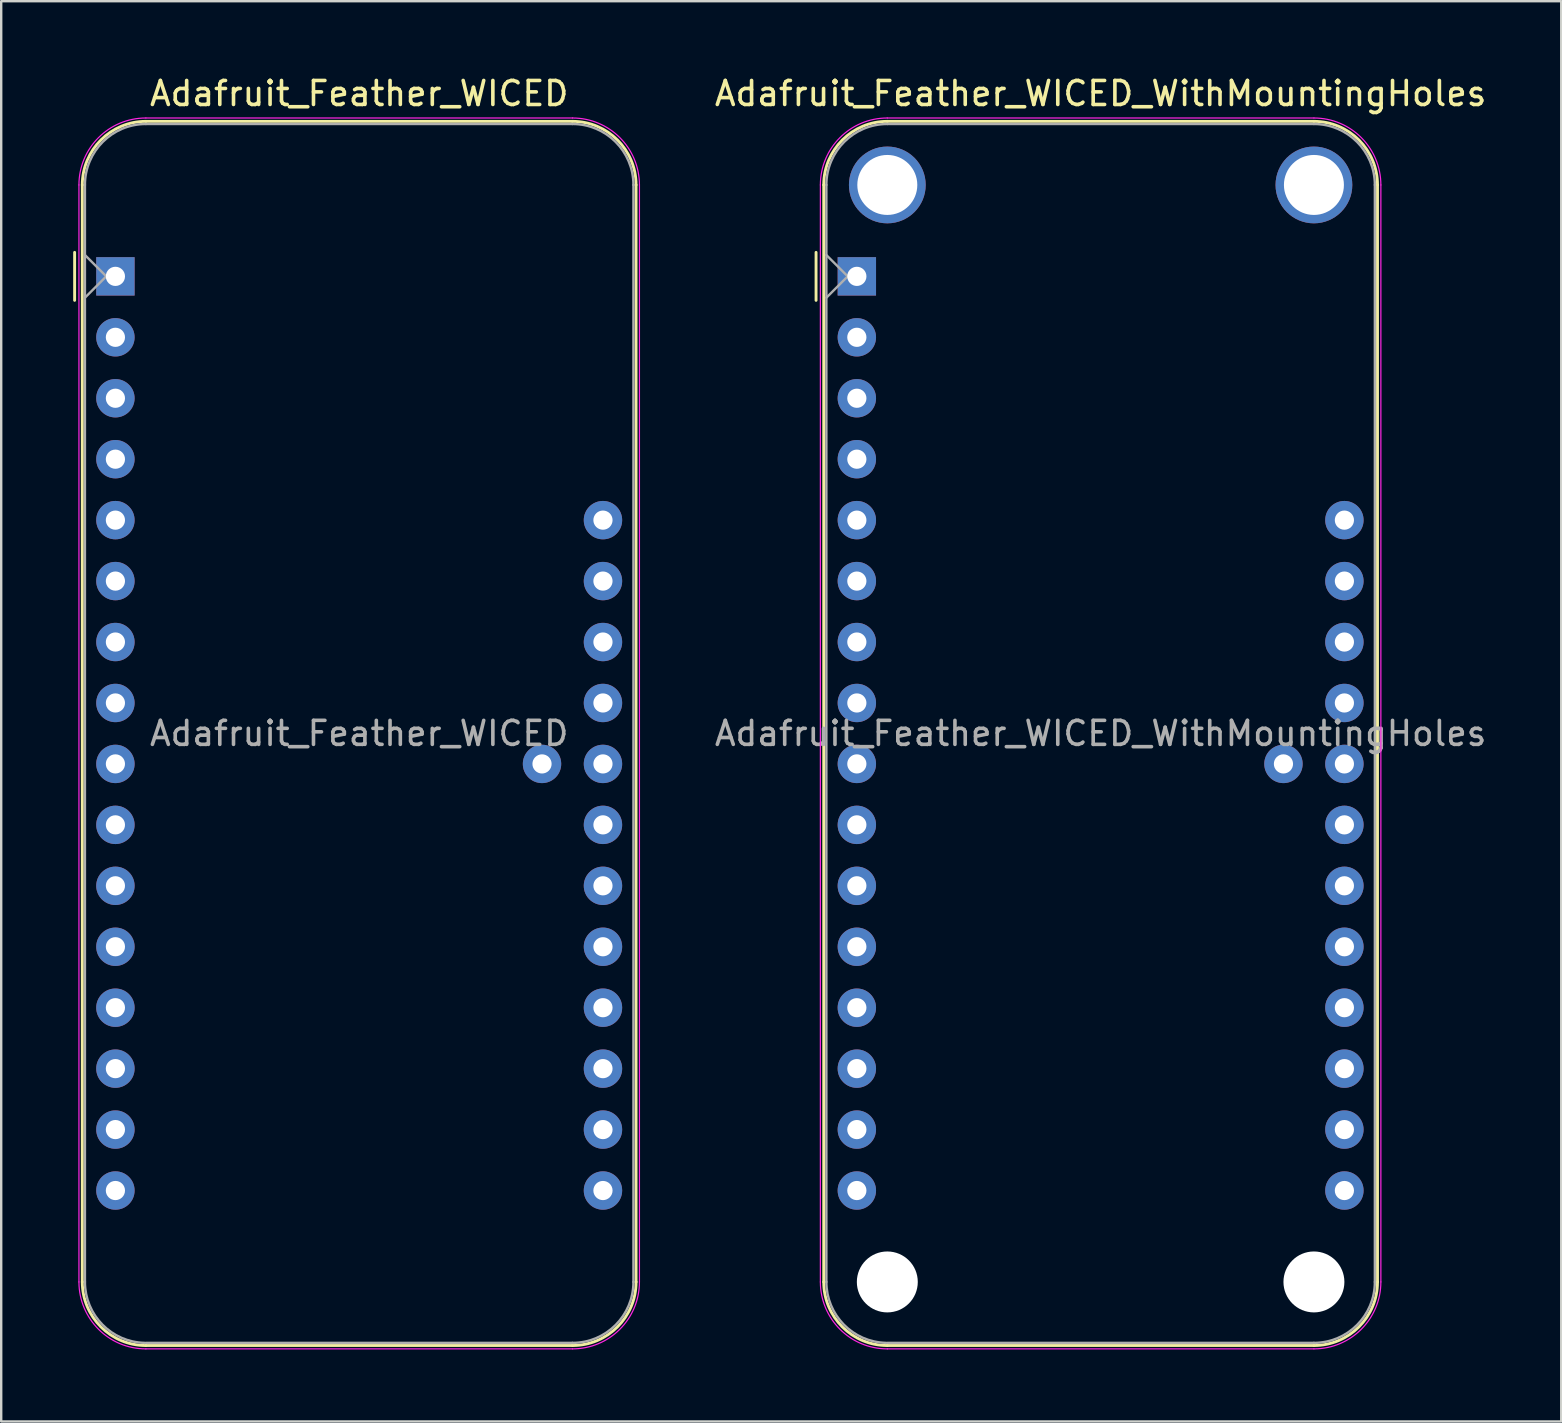
<source format=kicad_pcb>
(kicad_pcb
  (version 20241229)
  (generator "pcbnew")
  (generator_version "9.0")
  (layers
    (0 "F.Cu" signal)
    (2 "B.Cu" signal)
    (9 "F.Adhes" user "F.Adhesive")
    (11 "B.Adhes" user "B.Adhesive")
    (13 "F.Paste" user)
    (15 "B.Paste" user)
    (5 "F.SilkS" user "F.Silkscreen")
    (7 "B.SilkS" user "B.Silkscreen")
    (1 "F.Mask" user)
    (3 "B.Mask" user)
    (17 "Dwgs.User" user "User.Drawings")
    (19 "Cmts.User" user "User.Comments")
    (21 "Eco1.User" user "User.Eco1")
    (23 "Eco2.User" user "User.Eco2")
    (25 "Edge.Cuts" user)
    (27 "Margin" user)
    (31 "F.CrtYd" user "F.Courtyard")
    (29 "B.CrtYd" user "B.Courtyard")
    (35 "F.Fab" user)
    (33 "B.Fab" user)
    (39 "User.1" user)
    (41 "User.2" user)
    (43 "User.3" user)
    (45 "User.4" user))
  (footprint "Adafruit_Feather_WICED"
    (layer "F.Cu")
    (at 1.76 8.468)
    (property "Reference" "Adafruit_Feather_WICED" (at 10.16 -7.62 0) (layer "F.SilkS") (effects (font (size 1 1) (thickness 0.15))))
    (attr through_hole)
    (fp_line (start -1.7 1) (end -1.7 -1) (stroke (width 0.12) (type solid)) (layer "F.SilkS"))
    (fp_line (start -1.38 -3.81) (end -1.38 41.91) (stroke (width 0.12) (type solid)) (layer "F.SilkS"))
    (fp_line (start 19.05 -6.46) (end 1.27 -6.46) (stroke (width 0.12) (type solid)) (layer "F.SilkS"))
    (fp_line (start 19.05 44.56) (end 1.27 44.56) (stroke (width 0.12) (type solid)) (layer "F.SilkS"))
    (fp_line (start 21.7 -3.81) (end 21.7 41.91) (stroke (width 0.12) (type solid)) (layer "F.SilkS"))
    (fp_arc (start -1.38 -3.81) (mid -0.603833 -5.683833) (end 1.27 -6.46) (stroke (width 0.12) (type solid)) (layer "F.SilkS"))
    (fp_arc (start 1.27 44.56) (mid -0.603833 43.783833) (end -1.38 41.91) (stroke (width 0.12) (type solid)) (layer "F.SilkS"))
    (fp_arc (start 19.05 -6.46) (mid 20.923833 -5.683833) (end 21.7 -3.81) (stroke (width 0.12) (type solid)) (layer "F.SilkS"))
    (fp_arc (start 21.7 41.91) (mid 20.923833 43.783833) (end 19.05 44.56) (stroke (width 0.12) (type solid)) (layer "F.SilkS"))
    (fp_line (start -1.52 41.91) (end -1.52 -3.81) (stroke (width 0.05) (type solid)) (layer "F.CrtYd"))
    (fp_line (start 19.05 -6.6) (end 1.27 -6.6) (stroke (width 0.05) (type solid)) (layer "F.CrtYd"))
    (fp_line (start 19.05 44.7) (end 1.27 44.7) (stroke (width 0.05) (type solid)) (layer "F.CrtYd"))
    (fp_line (start 21.84 41.91) (end 21.84 -3.81) (stroke (width 0.05) (type solid)) (layer "F.CrtYd"))
    (fp_arc (start -1.52 -3.81) (mid -0.702828 -5.782828) (end 1.27 -6.6) (stroke (width 0.05) (type solid)) (layer "F.CrtYd"))
    (fp_arc (start 1.27 44.7) (mid -0.702828 43.882828) (end -1.52 41.91) (stroke (width 0.05) (type solid)) (layer "F.CrtYd"))
    (fp_arc (start 19.05 -6.6) (mid 21.022828 -5.782828) (end 21.84 -3.81) (stroke (width 0.05) (type solid)) (layer "F.CrtYd"))
    (fp_arc (start 21.84 41.91) (mid 21.022828 43.882828) (end 19.05 44.7) (stroke (width 0.05) (type solid)) (layer "F.CrtYd"))
    (fp_line (start -1.27 -3.81) (end -1.27 41.91) (stroke (width 0.1) (type solid)) (layer "F.Fab"))
    (fp_line (start -1.27 -0.889) (end -0.381 0) (stroke (width 0.1) (type solid)) (layer "F.Fab"))
    (fp_line (start -0.381 0) (end -1.27 0.889) (stroke (width 0.1) (type solid)) (layer "F.Fab"))
    (fp_line (start 1.27 44.45) (end 19.05 44.45) (stroke (width 0.1) (type solid)) (layer "F.Fab"))
    (fp_line (start 19.05 -6.35) (end 1.27 -6.35) (stroke (width 0.1) (type solid)) (layer "F.Fab"))
    (fp_line (start 21.59 41.91) (end 21.59 -3.81) (stroke (width 0.1) (type solid)) (layer "F.Fab"))
    (fp_arc (start -1.27 -3.81) (mid -0.526051 -5.606051) (end 1.27 -6.35) (stroke (width 0.1) (type solid)) (layer "F.Fab"))
    (fp_arc (start 1.221238 44.449532) (mid -0.543209 43.688728) (end -1.27 41.91) (stroke (width 0.1) (type solid)) (layer "F.Fab"))
    (fp_arc (start 19.05 -6.35) (mid 20.846051 -5.606051) (end 21.59 -3.81) (stroke (width 0.1) (type solid)) (layer "F.Fab"))
    (fp_arc (start 21.59 41.91) (mid 20.846051 43.706051) (end 19.05 44.45) (stroke (width 0.1) (type solid)) (layer "F.Fab"))
    (fp_text user "${REFERENCE}" (at 10.16 19.05 180) (layer "F.Fab") (effects (font (size 1 1) (thickness 0.15))))
    (pad "1" thru_hole rect (at 0 0 180) (size 1.6 1.6) (drill 0.8) (layers "*.Cu" "*.Mask"))
    (pad "2" thru_hole circle (at 0 2.54 180) (size 1.6 1.6) (drill 0.8) (layers "*.Cu" "*.Mask"))
    (pad "3" thru_hole circle (at 0 5.08 180) (size 1.6 1.6) (drill 0.8) (layers "*.Cu" "*.Mask"))
    (pad "4" thru_hole circle (at 0 7.62 180) (size 1.6 1.6) (drill 0.8) (layers "*.Cu" "*.Mask"))
    (pad "5" thru_hole circle (at 0 10.16 180) (size 1.6 1.6) (drill 0.8) (layers "*.Cu" "*.Mask"))
    (pad "6" thru_hole circle (at 0 12.7 180) (size 1.6 1.6) (drill 0.8) (layers "*.Cu" "*.Mask"))
    (pad "7" thru_hole circle (at 0 15.24 180) (size 1.6 1.6) (drill 0.8) (layers "*.Cu" "*.Mask"))
    (pad "8" thru_hole circle (at 0 17.78 180) (size 1.6 1.6) (drill 0.8) (layers "*.Cu" "*.Mask"))
    (pad "9" thru_hole circle (at 0 20.32 180) (size 1.6 1.6) (drill 0.8) (layers "*.Cu" "*.Mask"))
    (pad "10" thru_hole circle (at 0 22.86 180) (size 1.6 1.6) (drill 0.8) (layers "*.Cu" "*.Mask"))
    (pad "11" thru_hole circle (at 0 25.4 180) (size 1.6 1.6) (drill 0.8) (layers "*.Cu" "*.Mask"))
    (pad "12" thru_hole circle (at 0 27.94 180) (size 1.6 1.6) (drill 0.8) (layers "*.Cu" "*.Mask"))
    (pad "13" thru_hole circle (at 0 30.48 180) (size 1.6 1.6) (drill 0.8) (layers "*.Cu" "*.Mask"))
    (pad "14" thru_hole circle (at 0 33.02 180) (size 1.6 1.6) (drill 0.8) (layers "*.Cu" "*.Mask"))
    (pad "15" thru_hole circle (at 0 35.56 180) (size 1.6 1.6) (drill 0.8) (layers "*.Cu" "*.Mask"))
    (pad "16" thru_hole circle (at 0 38.1 180) (size 1.6 1.6) (drill 0.8) (layers "*.Cu" "*.Mask"))
    (pad "17" thru_hole circle (at 20.32 38.1 180) (size 1.6 1.6) (drill 0.8) (layers "*.Cu" "*.Mask"))
    (pad "18" thru_hole circle (at 20.32 35.56 180) (size 1.6 1.6) (drill 0.8) (layers "*.Cu" "*.Mask"))
    (pad "19" thru_hole circle (at 20.32 33.02 180) (size 1.6 1.6) (drill 0.8) (layers "*.Cu" "*.Mask"))
    (pad "20" thru_hole circle (at 20.32 30.48 180) (size 1.6 1.6) (drill 0.8) (layers "*.Cu" "*.Mask"))
    (pad "21" thru_hole circle (at 20.32 27.94 180) (size 1.6 1.6) (drill 0.8) (layers "*.Cu" "*.Mask"))
    (pad "22" thru_hole circle (at 20.32 25.4 180) (size 1.6 1.6) (drill 0.8) (layers "*.Cu" "*.Mask"))
    (pad "23" thru_hole circle (at 20.32 22.86 180) (size 1.6 1.6) (drill 0.8) (layers "*.Cu" "*.Mask"))
    (pad "24" thru_hole circle (at 20.32 20.32 180) (size 1.6 1.6) (drill 0.8) (layers "*.Cu" "*.Mask"))
    (pad "25" thru_hole circle (at 20.32 17.78 180) (size 1.6 1.6) (drill 0.8) (layers "*.Cu" "*.Mask"))
    (pad "26" thru_hole circle (at 20.32 15.24 180) (size 1.6 1.6) (drill 0.8) (layers "*.Cu" "*.Mask"))
    (pad "27" thru_hole circle (at 20.32 12.7 180) (size 1.6 1.6) (drill 0.8) (layers "*.Cu" "*.Mask"))
    (pad "28" thru_hole circle (at 20.32 10.16 180) (size 1.6 1.6) (drill 0.8) (layers "*.Cu" "*.Mask"))
    (pad "29" thru_hole circle (at 17.78 20.32 180) (size 1.6 1.6) (drill 0.8) (layers "*.Cu" "*.Mask")))
  (footprint "Adafruit_Feather_WICED_WithMountingHoles"
    (layer "F.Cu")
    (at 32.661 8.468)
    (property "Reference" "Adafruit_Feather_WICED_WithMountingHoles" (at 10.16 -7.62 0) (layer "F.SilkS") (effects (font (size 1 1) (thickness 0.15))))
    (attr through_hole)
    (fp_line (start -1.7 1) (end -1.7 -1) (stroke (width 0.12) (type solid)) (layer "F.SilkS"))
    (fp_line (start -1.38 -3.81) (end -1.38 41.91) (stroke (width 0.12) (type solid)) (layer "F.SilkS"))
    (fp_line (start 19.05 -6.46) (end 1.27 -6.46) (stroke (width 0.12) (type solid)) (layer "F.SilkS"))
    (fp_line (start 19.05 44.56) (end 1.27 44.56) (stroke (width 0.12) (type solid)) (layer "F.SilkS"))
    (fp_line (start 21.7 -3.81) (end 21.7 41.91) (stroke (width 0.12) (type solid)) (layer "F.SilkS"))
    (fp_arc (start -1.38 -3.81) (mid -0.603833 -5.683833) (end 1.27 -6.46) (stroke (width 0.12) (type solid)) (layer "F.SilkS"))
    (fp_arc (start 1.27 44.56) (mid -0.603833 43.783833) (end -1.38 41.91) (stroke (width 0.12) (type solid)) (layer "F.SilkS"))
    (fp_arc (start 19.05 -6.46) (mid 20.923833 -5.683833) (end 21.7 -3.81) (stroke (width 0.12) (type solid)) (layer "F.SilkS"))
    (fp_arc (start 21.7 41.91) (mid 20.923833 43.783833) (end 19.05 44.56) (stroke (width 0.12) (type solid)) (layer "F.SilkS"))
    (fp_line (start -1.52 41.91) (end -1.52 -3.81) (stroke (width 0.05) (type solid)) (layer "F.CrtYd"))
    (fp_line (start 19.05 -6.6) (end 1.27 -6.6) (stroke (width 0.05) (type solid)) (layer "F.CrtYd"))
    (fp_line (start 19.05 44.7) (end 1.27 44.7) (stroke (width 0.05) (type solid)) (layer "F.CrtYd"))
    (fp_line (start 21.84 41.91) (end 21.84 -3.81) (stroke (width 0.05) (type solid)) (layer "F.CrtYd"))
    (fp_arc (start -1.52 -3.81) (mid -0.702828 -5.782828) (end 1.27 -6.6) (stroke (width 0.05) (type solid)) (layer "F.CrtYd"))
    (fp_arc (start 1.27 44.7) (mid -0.702828 43.882828) (end -1.52 41.91) (stroke (width 0.05) (type solid)) (layer "F.CrtYd"))
    (fp_arc (start 19.05 -6.6) (mid 21.022828 -5.782828) (end 21.84 -3.81) (stroke (width 0.05) (type solid)) (layer "F.CrtYd"))
    (fp_arc (start 21.84 41.91) (mid 21.022828 43.882828) (end 19.05 44.7) (stroke (width 0.05) (type solid)) (layer "F.CrtYd"))
    (fp_line (start -1.27 -3.81) (end -1.27 41.91) (stroke (width 0.1) (type solid)) (layer "F.Fab"))
    (fp_line (start -1.27 -0.889) (end -0.381 0) (stroke (width 0.1) (type solid)) (layer "F.Fab"))
    (fp_line (start -0.381 0) (end -1.27 0.889) (stroke (width 0.1) (type solid)) (layer "F.Fab"))
    (fp_line (start 1.27 44.45) (end 19.05 44.45) (stroke (width 0.1) (type solid)) (layer "F.Fab"))
    (fp_line (start 19.05 -6.35) (end 1.27 -6.35) (stroke (width 0.1) (type solid)) (layer "F.Fab"))
    (fp_line (start 21.59 41.91) (end 21.59 -3.81) (stroke (width 0.1) (type solid)) (layer "F.Fab"))
    (fp_arc (start -1.27 -3.81) (mid -0.526051 -5.606051) (end 1.27 -6.35) (stroke (width 0.1) (type solid)) (layer "F.Fab"))
    (fp_arc (start 1.221238 44.449532) (mid -0.543209 43.688728) (end -1.27 41.91) (stroke (width 0.1) (type solid)) (layer "F.Fab"))
    (fp_arc (start 19.05 -6.35) (mid 20.846051 -5.606051) (end 21.59 -3.81) (stroke (width 0.1) (type solid)) (layer "F.Fab"))
    (fp_arc (start 21.59 41.91) (mid 20.846051 43.706051) (end 19.05 44.45) (stroke (width 0.1) (type solid)) (layer "F.Fab"))
    (fp_text user "${REFERENCE}" (at 10.16 19.05 180) (layer "F.Fab") (effects (font (size 1 1) (thickness 0.15))))
    (pad "" np_thru_hole circle (at 1.27 -3.81 270) (size 3.2 3.2) (drill 2.5) (layers "*.Cu" "*.Mask"))
    (pad "" np_thru_hole circle (at 1.27 41.91 270) (size 2.54 2.54) (drill 2.54) (layers "*.Cu" "*.Mask"))
    (pad "" np_thru_hole circle (at 19.05 -3.81 270) (size 3.2 3.2) (drill 2.5) (layers "*.Cu" "*.Mask"))
    (pad "" np_thru_hole circle (at 19.05 41.91 270) (size 2.54 2.54) (drill 2.54) (layers "*.Cu" "*.Mask"))
    (pad "1" thru_hole rect (at 0 0 180) (size 1.6 1.6) (drill 0.8) (layers "*.Cu" "*.Mask"))
    (pad "2" thru_hole circle (at 0 2.54 180) (size 1.6 1.6) (drill 0.8) (layers "*.Cu" "*.Mask"))
    (pad "3" thru_hole circle (at 0 5.08 180) (size 1.6 1.6) (drill 0.8) (layers "*.Cu" "*.Mask"))
    (pad "4" thru_hole circle (at 0 7.62 180) (size 1.6 1.6) (drill 0.8) (layers "*.Cu" "*.Mask"))
    (pad "5" thru_hole circle (at 0 10.16 180) (size 1.6 1.6) (drill 0.8) (layers "*.Cu" "*.Mask"))
    (pad "6" thru_hole circle (at 0 12.7 180) (size 1.6 1.6) (drill 0.8) (layers "*.Cu" "*.Mask"))
    (pad "7" thru_hole circle (at 0 15.24 180) (size 1.6 1.6) (drill 0.8) (layers "*.Cu" "*.Mask"))
    (pad "8" thru_hole circle (at 0 17.78 180) (size 1.6 1.6) (drill 0.8) (layers "*.Cu" "*.Mask"))
    (pad "9" thru_hole circle (at 0 20.32 180) (size 1.6 1.6) (drill 0.8) (layers "*.Cu" "*.Mask"))
    (pad "10" thru_hole circle (at 0 22.86 180) (size 1.6 1.6) (drill 0.8) (layers "*.Cu" "*.Mask"))
    (pad "11" thru_hole circle (at 0 25.4 180) (size 1.6 1.6) (drill 0.8) (layers "*.Cu" "*.Mask"))
    (pad "12" thru_hole circle (at 0 27.94 180) (size 1.6 1.6) (drill 0.8) (layers "*.Cu" "*.Mask"))
    (pad "13" thru_hole circle (at 0 30.48 180) (size 1.6 1.6) (drill 0.8) (layers "*.Cu" "*.Mask"))
    (pad "14" thru_hole circle (at 0 33.02 180) (size 1.6 1.6) (drill 0.8) (layers "*.Cu" "*.Mask"))
    (pad "15" thru_hole circle (at 0 35.56 180) (size 1.6 1.6) (drill 0.8) (layers "*.Cu" "*.Mask"))
    (pad "16" thru_hole circle (at 0 38.1 180) (size 1.6 1.6) (drill 0.8) (layers "*.Cu" "*.Mask"))
    (pad "17" thru_hole circle (at 20.32 38.1 180) (size 1.6 1.6) (drill 0.8) (layers "*.Cu" "*.Mask"))
    (pad "18" thru_hole circle (at 20.32 35.56 180) (size 1.6 1.6) (drill 0.8) (layers "*.Cu" "*.Mask"))
    (pad "19" thru_hole circle (at 20.32 33.02 180) (size 1.6 1.6) (drill 0.8) (layers "*.Cu" "*.Mask"))
    (pad "20" thru_hole circle (at 20.32 30.48 180) (size 1.6 1.6) (drill 0.8) (layers "*.Cu" "*.Mask"))
    (pad "21" thru_hole circle (at 20.32 27.94 180) (size 1.6 1.6) (drill 0.8) (layers "*.Cu" "*.Mask"))
    (pad "22" thru_hole circle (at 20.32 25.4 180) (size 1.6 1.6) (drill 0.8) (layers "*.Cu" "*.Mask"))
    (pad "23" thru_hole circle (at 20.32 22.86 180) (size 1.6 1.6) (drill 0.8) (layers "*.Cu" "*.Mask"))
    (pad "24" thru_hole circle (at 20.32 20.32 180) (size 1.6 1.6) (drill 0.8) (layers "*.Cu" "*.Mask"))
    (pad "25" thru_hole circle (at 20.32 17.78 180) (size 1.6 1.6) (drill 0.8) (layers "*.Cu" "*.Mask"))
    (pad "26" thru_hole circle (at 20.32 15.24 180) (size 1.6 1.6) (drill 0.8) (layers "*.Cu" "*.Mask"))
    (pad "27" thru_hole circle (at 20.32 12.7 180) (size 1.6 1.6) (drill 0.8) (layers "*.Cu" "*.Mask"))
    (pad "28" thru_hole circle (at 20.32 10.16 180) (size 1.6 1.6) (drill 0.8) (layers "*.Cu" "*.Mask"))
    (pad "29" thru_hole circle (at 17.78 20.32 180) (size 1.6 1.6) (drill 0.8) (layers "*.Cu" "*.Mask")))
  (gr_rect
    (start -3 -3)
    (end 62.018 56.193)
    (stroke (width 0.1) (type default))
    (fill no)
    (layer "Edge.Cuts")))
</source>
